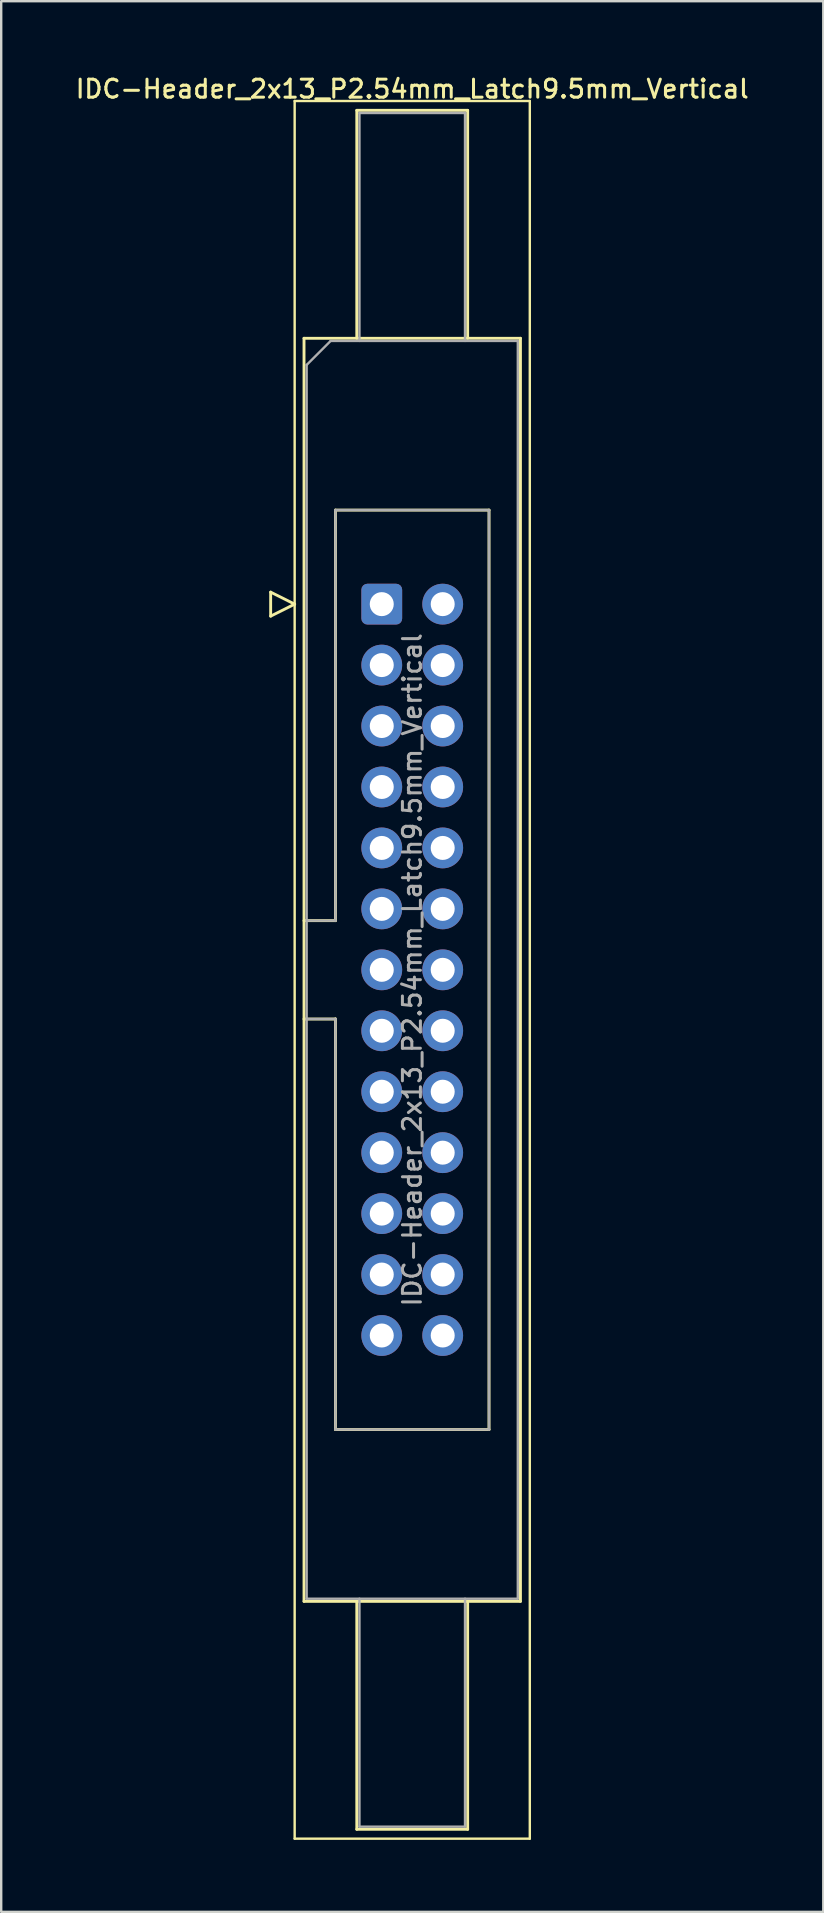
<source format=kicad_pcb>
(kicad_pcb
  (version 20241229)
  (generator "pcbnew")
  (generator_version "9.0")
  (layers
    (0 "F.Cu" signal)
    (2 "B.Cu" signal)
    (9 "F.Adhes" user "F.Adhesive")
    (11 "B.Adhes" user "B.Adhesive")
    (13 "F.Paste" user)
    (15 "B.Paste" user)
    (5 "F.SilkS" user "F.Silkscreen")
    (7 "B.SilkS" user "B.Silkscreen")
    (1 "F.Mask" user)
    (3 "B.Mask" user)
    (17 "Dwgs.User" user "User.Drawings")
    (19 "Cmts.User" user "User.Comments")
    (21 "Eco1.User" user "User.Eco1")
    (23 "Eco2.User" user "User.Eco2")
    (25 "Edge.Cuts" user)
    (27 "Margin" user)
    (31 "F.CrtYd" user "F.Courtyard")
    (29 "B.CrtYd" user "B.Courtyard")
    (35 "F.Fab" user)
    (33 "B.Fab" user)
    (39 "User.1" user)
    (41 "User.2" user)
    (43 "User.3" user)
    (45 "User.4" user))
  (footprint "IDC-Header_2x13_P2.54mm_Latch9.5mm_Vertical"
    (layer "F.Cu")
    (at 12.86 22.128)
    (property "Reference" "IDC-Header_2x13_P2.54mm_Latch9.5mm_Vertical" (at 1.27 -21.47 0) (layer "F.SilkS") (effects (font (size 0.75 0.75) (thickness 0.125))))
    (attr through_hole)
    (fp_line (start -4.63 -0.5) (end -4.63 0.5) (stroke (width 0.12) (type solid)) (layer "F.SilkS"))
    (fp_line (start -4.63 0.5) (end -3.63 0) (stroke (width 0.12) (type solid)) (layer "F.SilkS"))
    (fp_line (start -3.63 -20.97) (end -3.63 51.45) (stroke (width 0.1) (type solid)) (layer "F.SilkS"))
    (fp_line (start -3.63 0) (end -4.63 -0.5) (stroke (width 0.12) (type solid)) (layer "F.SilkS"))
    (fp_line (start -3.63 51.45) (end 6.17 51.45) (stroke (width 0.1) (type solid)) (layer "F.SilkS"))
    (fp_line (start -3.24 -11.08) (end 5.78 -11.08) (stroke (width 0.12) (type solid)) (layer "F.SilkS"))
    (fp_line (start -3.24 13.19) (end -1.93 13.19) (stroke (width 0.12) (type solid)) (layer "F.SilkS"))
    (fp_line (start -3.24 41.56) (end -3.24 -11.08) (stroke (width 0.12) (type solid)) (layer "F.SilkS"))
    (fp_line (start -1.93 -3.92) (end 4.47 -3.92) (stroke (width 0.12) (type solid)) (layer "F.SilkS"))
    (fp_line (start -1.93 13.19) (end -1.93 -3.92) (stroke (width 0.12) (type solid)) (layer "F.SilkS"))
    (fp_line (start -1.93 17.29) (end -3.24 17.29) (stroke (width 0.12) (type solid)) (layer "F.SilkS"))
    (fp_line (start -1.93 17.29) (end -1.93 17.29) (stroke (width 0.12) (type solid)) (layer "F.SilkS"))
    (fp_line (start -1.93 34.4) (end -1.93 17.29) (stroke (width 0.12) (type solid)) (layer "F.SilkS"))
    (fp_line (start -1.04 -20.58) (end 3.58 -20.58) (stroke (width 0.12) (type solid)) (layer "F.SilkS"))
    (fp_line (start -1.04 -11.08) (end -1.04 -20.58) (stroke (width 0.12) (type solid)) (layer "F.SilkS"))
    (fp_line (start -1.04 41.56) (end -1.04 51.06) (stroke (width 0.12) (type solid)) (layer "F.SilkS"))
    (fp_line (start -1.04 51.06) (end 3.58 51.06) (stroke (width 0.12) (type solid)) (layer "F.SilkS"))
    (fp_line (start 3.58 -20.58) (end 3.58 -11.08) (stroke (width 0.12) (type solid)) (layer "F.SilkS"))
    (fp_line (start 3.58 51.06) (end 3.58 41.56) (stroke (width 0.12) (type solid)) (layer "F.SilkS"))
    (fp_line (start 4.47 -3.92) (end 4.47 34.4) (stroke (width 0.12) (type solid)) (layer "F.SilkS"))
    (fp_line (start 4.47 34.4) (end -1.93 34.4) (stroke (width 0.12) (type solid)) (layer "F.SilkS"))
    (fp_line (start 5.78 -11.08) (end 5.78 41.56) (stroke (width 0.12) (type solid)) (layer "F.SilkS"))
    (fp_line (start 5.78 41.56) (end -3.24 41.56) (stroke (width 0.12) (type solid)) (layer "F.SilkS"))
    (fp_line (start 6.17 -20.97) (end -3.63 -20.97) (stroke (width 0.1) (type solid)) (layer "F.SilkS"))
    (fp_line (start 6.17 51.45) (end 6.17 -20.97) (stroke (width 0.1) (type solid)) (layer "F.SilkS"))
    (fp_line (start -3.13 -9.97) (end -2.13 -10.97) (stroke (width 0.1) (type solid)) (layer "F.Fab"))
    (fp_line (start -3.13 13.19) (end -1.93 13.19) (stroke (width 0.1) (type solid)) (layer "F.Fab"))
    (fp_line (start -3.13 41.45) (end -3.13 -9.97) (stroke (width 0.1) (type solid)) (layer "F.Fab"))
    (fp_line (start -2.13 -10.97) (end 5.67 -10.97) (stroke (width 0.1) (type solid)) (layer "F.Fab"))
    (fp_line (start -1.93 -3.92) (end 4.47 -3.92) (stroke (width 0.1) (type solid)) (layer "F.Fab"))
    (fp_line (start -1.93 13.19) (end -1.93 -3.92) (stroke (width 0.1) (type solid)) (layer "F.Fab"))
    (fp_line (start -1.93 17.29) (end -3.13 17.29) (stroke (width 0.1) (type solid)) (layer "F.Fab"))
    (fp_line (start -1.93 17.29) (end -1.93 17.29) (stroke (width 0.1) (type solid)) (layer "F.Fab"))
    (fp_line (start -1.93 34.4) (end -1.93 17.29) (stroke (width 0.1) (type solid)) (layer "F.Fab"))
    (fp_line (start -0.93 -20.47) (end 3.47 -20.47) (stroke (width 0.1) (type solid)) (layer "F.Fab"))
    (fp_line (start -0.93 -10.97) (end -0.93 -20.47) (stroke (width 0.1) (type solid)) (layer "F.Fab"))
    (fp_line (start -0.93 41.45) (end -0.93 50.95) (stroke (width 0.1) (type solid)) (layer "F.Fab"))
    (fp_line (start -0.93 50.95) (end 3.47 50.95) (stroke (width 0.1) (type solid)) (layer "F.Fab"))
    (fp_line (start 3.47 -20.47) (end 3.47 -10.97) (stroke (width 0.1) (type solid)) (layer "F.Fab"))
    (fp_line (start 3.47 50.95) (end 3.47 41.45) (stroke (width 0.1) (type solid)) (layer "F.Fab"))
    (fp_line (start 4.47 -3.92) (end 4.47 34.4) (stroke (width 0.1) (type solid)) (layer "F.Fab"))
    (fp_line (start 4.47 34.4) (end -1.93 34.4) (stroke (width 0.1) (type solid)) (layer "F.Fab"))
    (fp_line (start 5.67 -10.97) (end 5.67 41.45) (stroke (width 0.1) (type solid)) (layer "F.Fab"))
    (fp_line (start 5.67 41.45) (end -3.13 41.45) (stroke (width 0.1) (type solid)) (layer "F.Fab"))
    (fp_text user "${REFERENCE}" (at 1.27 15.24 90) (layer "F.Fab") (effects (font (size 0.75 0.75) (thickness 0.125))))
    (pad "1" thru_hole roundrect (at 0 0) (size 1.7 1.7) (drill 1) (layers "*.Cu" "*.Mask") (roundrect_rratio 0.147))
    (pad "2" thru_hole circle (at 2.54 0) (size 1.7 1.7) (drill 1) (layers "*.Cu" "*.Mask"))
    (pad "3" thru_hole circle (at 0 2.54) (size 1.7 1.7) (drill 1) (layers "*.Cu" "*.Mask"))
    (pad "4" thru_hole circle (at 2.54 2.54) (size 1.7 1.7) (drill 1) (layers "*.Cu" "*.Mask"))
    (pad "5" thru_hole circle (at 0 5.08) (size 1.7 1.7) (drill 1) (layers "*.Cu" "*.Mask"))
    (pad "6" thru_hole circle (at 2.54 5.08) (size 1.7 1.7) (drill 1) (layers "*.Cu" "*.Mask"))
    (pad "7" thru_hole circle (at 0 7.62) (size 1.7 1.7) (drill 1) (layers "*.Cu" "*.Mask"))
    (pad "8" thru_hole circle (at 2.54 7.62) (size 1.7 1.7) (drill 1) (layers "*.Cu" "*.Mask"))
    (pad "9" thru_hole circle (at 0 10.16) (size 1.7 1.7) (drill 1) (layers "*.Cu" "*.Mask"))
    (pad "10" thru_hole circle (at 2.54 10.16) (size 1.7 1.7) (drill 1) (layers "*.Cu" "*.Mask"))
    (pad "11" thru_hole circle (at 0 12.7) (size 1.7 1.7) (drill 1) (layers "*.Cu" "*.Mask"))
    (pad "12" thru_hole circle (at 2.54 12.7) (size 1.7 1.7) (drill 1) (layers "*.Cu" "*.Mask"))
    (pad "13" thru_hole circle (at 0 15.24) (size 1.7 1.7) (drill 1) (layers "*.Cu" "*.Mask"))
    (pad "14" thru_hole circle (at 2.54 15.24) (size 1.7 1.7) (drill 1) (layers "*.Cu" "*.Mask"))
    (pad "15" thru_hole circle (at 0 17.78) (size 1.7 1.7) (drill 1) (layers "*.Cu" "*.Mask"))
    (pad "16" thru_hole circle (at 2.54 17.78) (size 1.7 1.7) (drill 1) (layers "*.Cu" "*.Mask"))
    (pad "17" thru_hole circle (at 0 20.32) (size 1.7 1.7) (drill 1) (layers "*.Cu" "*.Mask"))
    (pad "18" thru_hole circle (at 2.54 20.32) (size 1.7 1.7) (drill 1) (layers "*.Cu" "*.Mask"))
    (pad "19" thru_hole circle (at 0 22.86) (size 1.7 1.7) (drill 1) (layers "*.Cu" "*.Mask"))
    (pad "20" thru_hole circle (at 2.54 22.86) (size 1.7 1.7) (drill 1) (layers "*.Cu" "*.Mask"))
    (pad "21" thru_hole circle (at 0 25.4) (size 1.7 1.7) (drill 1) (layers "*.Cu" "*.Mask"))
    (pad "22" thru_hole circle (at 2.54 25.4) (size 1.7 1.7) (drill 1) (layers "*.Cu" "*.Mask"))
    (pad "23" thru_hole circle (at 0 27.94) (size 1.7 1.7) (drill 1) (layers "*.Cu" "*.Mask"))
    (pad "24" thru_hole circle (at 2.54 27.94) (size 1.7 1.7) (drill 1) (layers "*.Cu" "*.Mask"))
    (pad "25" thru_hole circle (at 0 30.48) (size 1.7 1.7) (drill 1) (layers "*.Cu" "*.Mask"))
    (pad "26" thru_hole circle (at 2.54 30.48) (size 1.7 1.7) (drill 1) (layers "*.Cu" "*.Mask")))
  (gr_rect
    (start -3 -3)
    (end 31.261 76.628)
    (stroke (width 0.1) (type default))
    (fill no)
    (layer "Edge.Cuts")))
</source>
